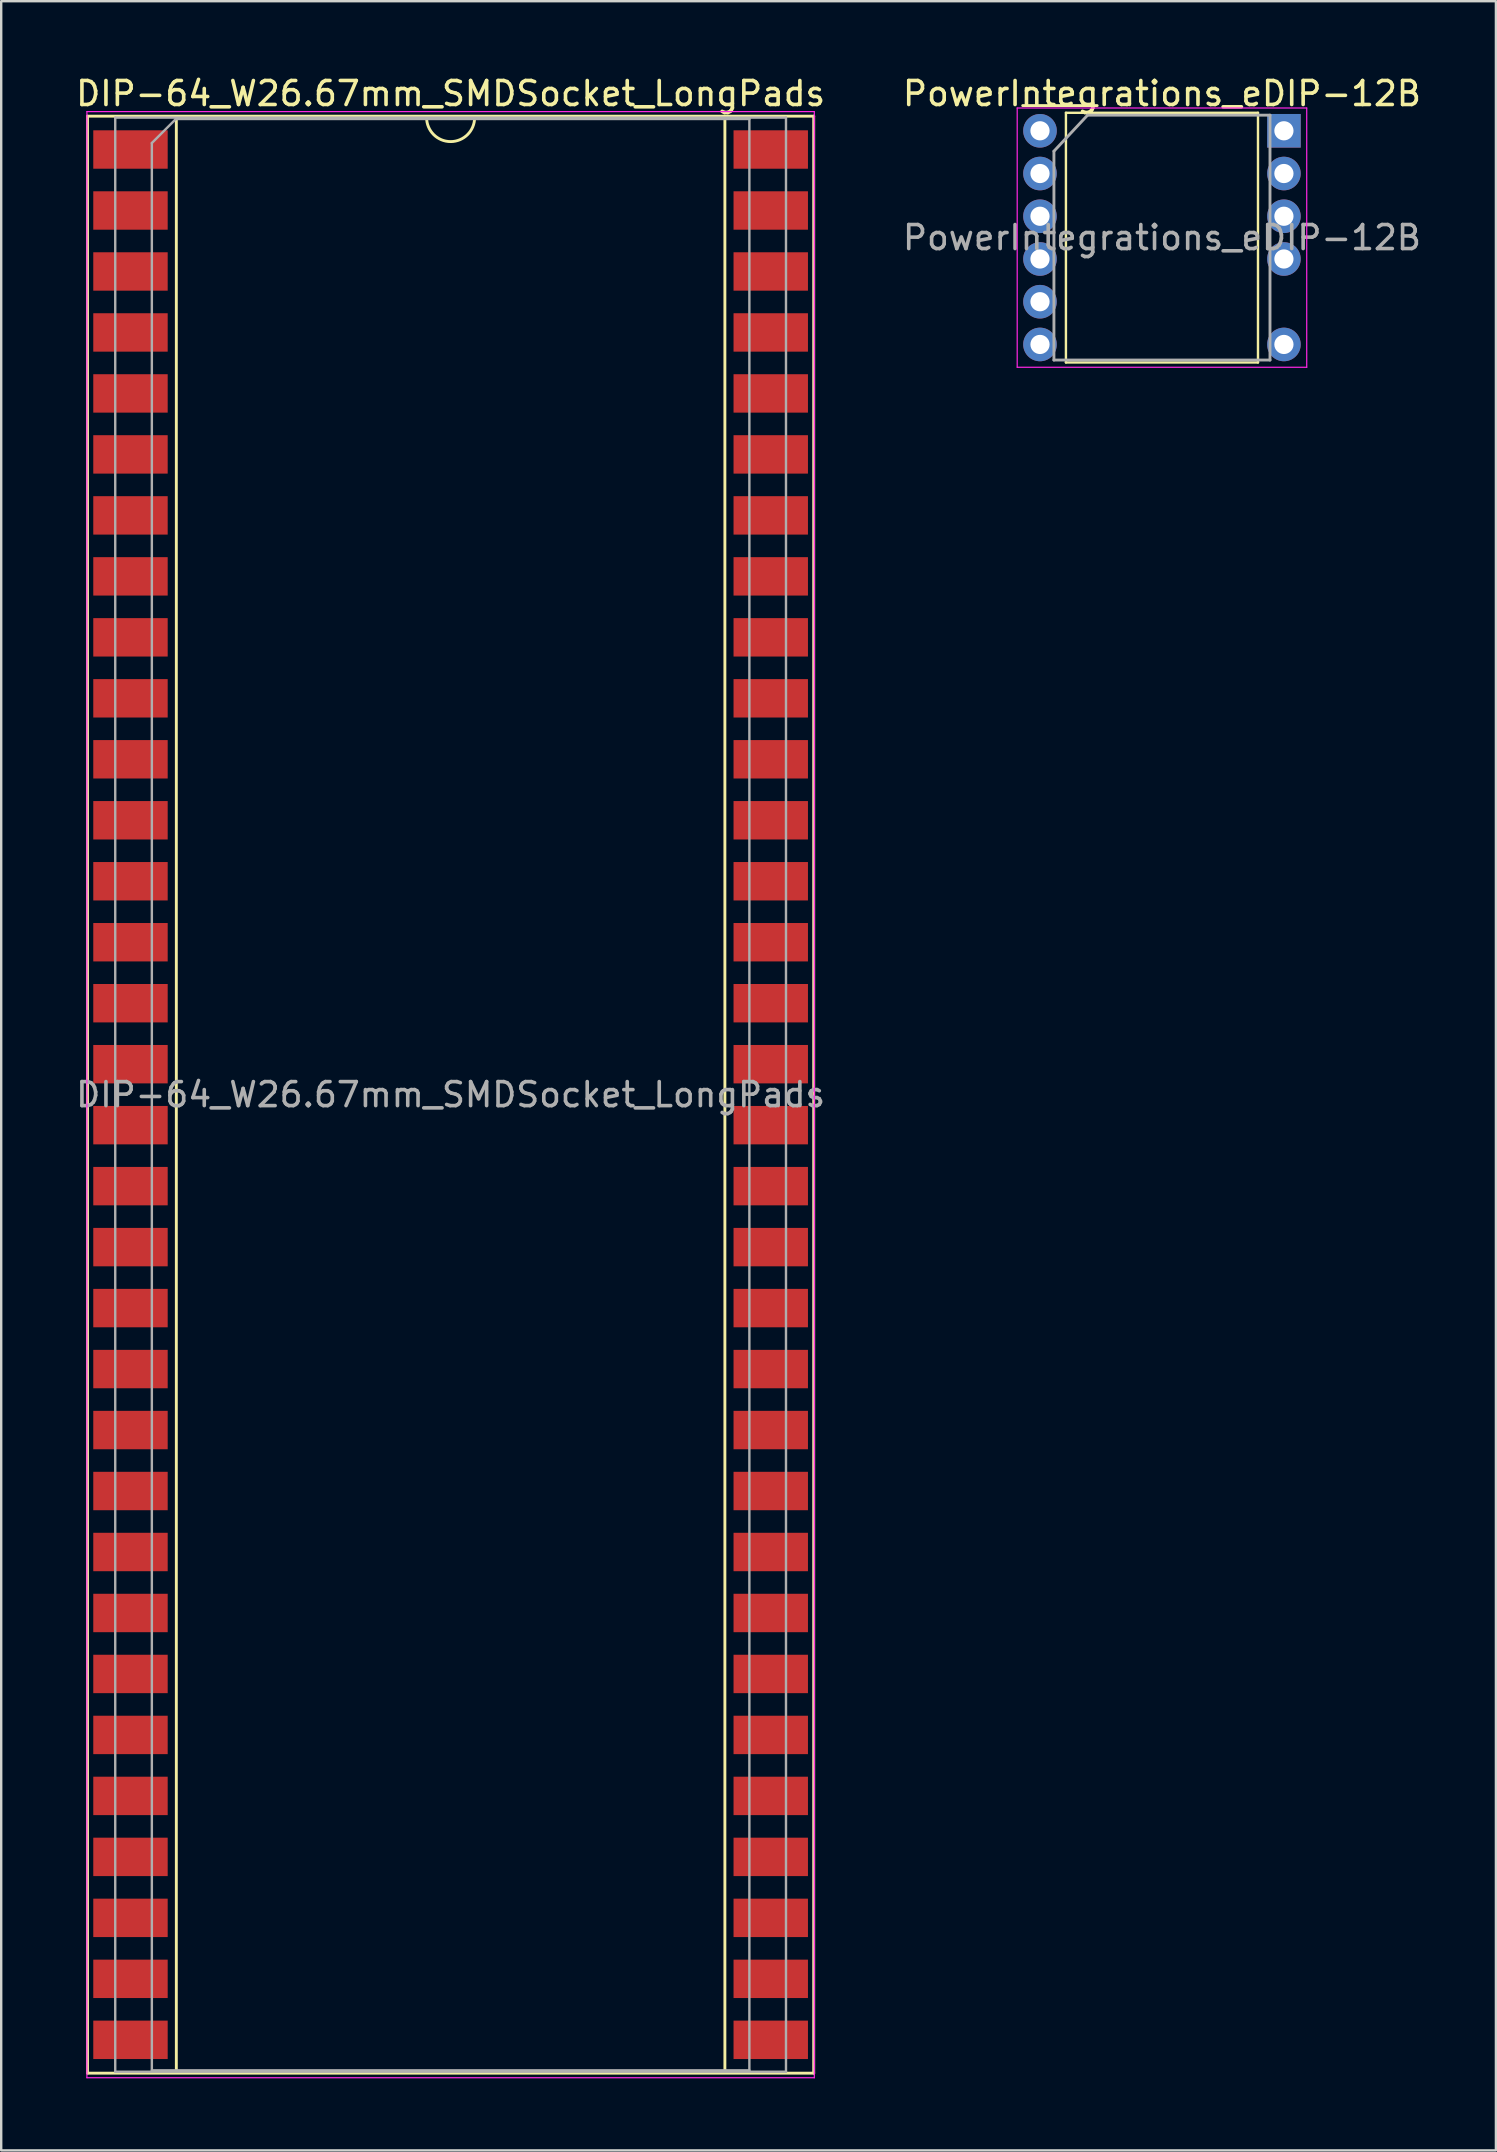
<source format=kicad_pcb>
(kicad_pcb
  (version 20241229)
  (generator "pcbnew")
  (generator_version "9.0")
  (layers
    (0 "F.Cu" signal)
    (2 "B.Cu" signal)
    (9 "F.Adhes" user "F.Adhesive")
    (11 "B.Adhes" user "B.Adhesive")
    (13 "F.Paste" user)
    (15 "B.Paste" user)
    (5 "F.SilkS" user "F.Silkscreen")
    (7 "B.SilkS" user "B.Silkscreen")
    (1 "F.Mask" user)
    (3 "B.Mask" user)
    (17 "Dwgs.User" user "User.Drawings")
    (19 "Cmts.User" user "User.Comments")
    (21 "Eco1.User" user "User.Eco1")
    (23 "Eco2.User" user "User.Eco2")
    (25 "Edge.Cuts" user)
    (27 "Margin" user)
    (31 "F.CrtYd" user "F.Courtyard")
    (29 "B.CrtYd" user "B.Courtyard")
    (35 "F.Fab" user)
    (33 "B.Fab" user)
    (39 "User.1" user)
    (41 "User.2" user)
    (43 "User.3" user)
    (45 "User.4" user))
  (footprint "PowerIntegrations_eDIP-12B"
    (layer "F.Cu")
    (at 50.431 2.398)
    (property "Reference" "PowerIntegrations_eDIP-12B" (at -5.08 -1.55 0) (layer "F.SilkS") (effects (font (size 1 1) (thickness 0.15))))
    (attr through_hole)
    (fp_line (start -10.88 -1.05) (end -7.78 -1.05) (stroke (width 0.12) (type solid)) (layer "F.SilkS"))
    (fp_line (start -9.08 -0.75) (end -9.08 9.65) (stroke (width 0.1) (type solid)) (layer "F.SilkS"))
    (fp_line (start -9.08 9.65) (end -1.08 9.65) (stroke (width 0.1) (type solid)) (layer "F.SilkS"))
    (fp_line (start -1.08 -0.75) (end -9.08 -0.75) (stroke (width 0.1) (type solid)) (layer "F.SilkS"))
    (fp_line (start -1.08 9.65) (end -1.08 -0.75) (stroke (width 0.1) (type solid)) (layer "F.SilkS"))
    (fp_line (start -11.11 -0.95) (end -11.11 9.85) (stroke (width 0.05) (type solid)) (layer "F.CrtYd"))
    (fp_line (start -11.11 -0.95) (end 0.95 -0.95) (stroke (width 0.05) (type solid)) (layer "F.CrtYd"))
    (fp_line (start 0.95 9.85) (end -11.11 9.85) (stroke (width 0.05) (type solid)) (layer "F.CrtYd"))
    (fp_line (start 0.95 9.85) (end 0.95 -0.95) (stroke (width 0.05) (type solid)) (layer "F.CrtYd"))
    (fp_line (start -9.58 0.85) (end -9.58 9.55) (stroke (width 0.12) (type solid)) (layer "F.Fab"))
    (fp_line (start -9.58 9.55) (end -0.58 9.55) (stroke (width 0.12) (type solid)) (layer "F.Fab"))
    (fp_line (start -8.18 -0.65) (end -9.58 0.85) (stroke (width 0.12) (type solid)) (layer "F.Fab"))
    (fp_line (start -0.58 -0.65) (end -8.18 -0.65) (stroke (width 0.12) (type solid)) (layer "F.Fab"))
    (fp_line (start -0.58 9.55) (end -0.58 -0.65) (stroke (width 0.12) (type solid)) (layer "F.Fab"))
    (fp_text user "${REFERENCE}" (at -5.08 4.45 0) (layer "F.Fab") (effects (font (size 1 1) (thickness 0.15))))
    (pad "1" thru_hole rect (at 0 0) (size 1.4 1.4) (drill 0.8) (layers "*.Cu" "*.Mask"))
    (pad "2" thru_hole oval (at 0 1.78) (size 1.4 1.4) (drill 0.8) (layers "*.Cu" "*.Mask"))
    (pad "3" thru_hole oval (at 0 3.56) (size 1.4 1.4) (drill 0.8) (layers "*.Cu" "*.Mask"))
    (pad "4" thru_hole oval (at 0 5.34) (size 1.4 1.4) (drill 0.8) (layers "*.Cu" "*.Mask"))
    (pad "6" thru_hole oval (at 0 8.9) (size 1.4 1.4) (drill 0.8) (layers "*.Cu" "*.Mask"))
    (pad "7" thru_hole oval (at -10.16 8.9) (size 1.4 1.4) (drill 0.8) (layers "*.Cu" "*.Mask"))
    (pad "8" thru_hole oval (at -10.16 7.12) (size 1.4 1.4) (drill 0.8) (layers "*.Cu" "*.Mask"))
    (pad "9" thru_hole oval (at -10.16 5.34) (size 1.4 1.4) (drill 0.8) (layers "*.Cu" "*.Mask"))
    (pad "10" thru_hole oval (at -10.16 3.56) (size 1.4 1.4) (drill 0.8) (layers "*.Cu" "*.Mask"))
    (pad "11" thru_hole oval (at -10.16 1.78) (size 1.4 1.4) (drill 0.8) (layers "*.Cu" "*.Mask"))
    (pad "12" thru_hole circle (at -10.16 0) (size 1.4 1.4) (drill 0.8) (layers "*.Cu" "*.Mask")))
  (footprint "DIP-64_W26.67mm_SMDSocket_LongPads"
    (layer "F.Cu")
    (at 15.72 42.548)
    (property "Reference" "DIP-64_W26.67mm_SMDSocket_LongPads" (at 0 -41.7 0) (layer "F.SilkS") (effects (font (size 1 1) (thickness 0.15))))
    (attr smd)
    (fp_line (start -15.125 -40.76) (end -15.125 40.76) (stroke (width 0.12) (type solid)) (layer "F.SilkS"))
    (fp_line (start -15.125 40.76) (end 15.125 40.76) (stroke (width 0.12) (type solid)) (layer "F.SilkS"))
    (fp_line (start -11.425 -40.7) (end -11.425 40.7) (stroke (width 0.12) (type solid)) (layer "F.SilkS"))
    (fp_line (start -11.425 40.7) (end 11.425 40.7) (stroke (width 0.12) (type solid)) (layer "F.SilkS"))
    (fp_line (start -1 -40.7) (end -11.425 -40.7) (stroke (width 0.12) (type solid)) (layer "F.SilkS"))
    (fp_line (start 11.425 -40.7) (end 1 -40.7) (stroke (width 0.12) (type solid)) (layer "F.SilkS"))
    (fp_line (start 11.425 40.7) (end 11.425 -40.7) (stroke (width 0.12) (type solid)) (layer "F.SilkS"))
    (fp_line (start 15.125 -40.76) (end -15.125 -40.76) (stroke (width 0.12) (type solid)) (layer "F.SilkS"))
    (fp_line (start 15.125 40.76) (end 15.125 -40.76) (stroke (width 0.12) (type solid)) (layer "F.SilkS"))
    (fp_arc (start 1 -40.7) (mid 0 -39.7) (end -1 -40.7) (stroke (width 0.12) (type solid)) (layer "F.SilkS"))
    (fp_line (start -15.15 -40.95) (end -15.15 40.95) (stroke (width 0.05) (type solid)) (layer "F.CrtYd"))
    (fp_line (start -15.15 40.95) (end 15.15 40.95) (stroke (width 0.05) (type solid)) (layer "F.CrtYd"))
    (fp_line (start 15.15 -40.95) (end -15.15 -40.95) (stroke (width 0.05) (type solid)) (layer "F.CrtYd"))
    (fp_line (start 15.15 40.95) (end 15.15 -40.95) (stroke (width 0.05) (type solid)) (layer "F.CrtYd"))
    (fp_line (start -13.97 -40.7) (end -13.97 40.7) (stroke (width 0.1) (type solid)) (layer "F.Fab"))
    (fp_line (start -13.97 40.7) (end 13.97 40.7) (stroke (width 0.1) (type solid)) (layer "F.Fab"))
    (fp_line (start -12.445 -39.64) (end -11.445 -40.64) (stroke (width 0.1) (type solid)) (layer "F.Fab"))
    (fp_line (start -12.445 40.64) (end -12.445 -39.64) (stroke (width 0.1) (type solid)) (layer "F.Fab"))
    (fp_line (start -11.445 -40.64) (end 12.445 -40.64) (stroke (width 0.1) (type solid)) (layer "F.Fab"))
    (fp_line (start 12.445 -40.64) (end 12.445 40.64) (stroke (width 0.1) (type solid)) (layer "F.Fab"))
    (fp_line (start 12.445 40.64) (end -12.445 40.64) (stroke (width 0.1) (type solid)) (layer "F.Fab"))
    (fp_line (start 13.97 -40.7) (end -13.97 -40.7) (stroke (width 0.1) (type solid)) (layer "F.Fab"))
    (fp_line (start 13.97 40.7) (end 13.97 -40.7) (stroke (width 0.1) (type solid)) (layer "F.Fab"))
    (fp_text user "${REFERENCE}" (at 0 0 0) (layer "F.Fab") (effects (font (size 1 1) (thickness 0.15))))
    (pad "1" smd rect (at -13.335 -39.37) (size 3.1 1.6) (layers "F.Cu" "F.Mask" "F.Paste"))
    (pad "2" smd rect (at -13.335 -36.83) (size 3.1 1.6) (layers "F.Cu" "F.Mask" "F.Paste"))
    (pad "3" smd rect (at -13.335 -34.29) (size 3.1 1.6) (layers "F.Cu" "F.Mask" "F.Paste"))
    (pad "4" smd rect (at -13.335 -31.75) (size 3.1 1.6) (layers "F.Cu" "F.Mask" "F.Paste"))
    (pad "5" smd rect (at -13.335 -29.21) (size 3.1 1.6) (layers "F.Cu" "F.Mask" "F.Paste"))
    (pad "6" smd rect (at -13.335 -26.67) (size 3.1 1.6) (layers "F.Cu" "F.Mask" "F.Paste"))
    (pad "7" smd rect (at -13.335 -24.13) (size 3.1 1.6) (layers "F.Cu" "F.Mask" "F.Paste"))
    (pad "8" smd rect (at -13.335 -21.59) (size 3.1 1.6) (layers "F.Cu" "F.Mask" "F.Paste"))
    (pad "9" smd rect (at -13.335 -19.05) (size 3.1 1.6) (layers "F.Cu" "F.Mask" "F.Paste"))
    (pad "10" smd rect (at -13.335 -16.51) (size 3.1 1.6) (layers "F.Cu" "F.Mask" "F.Paste"))
    (pad "11" smd rect (at -13.335 -13.97) (size 3.1 1.6) (layers "F.Cu" "F.Mask" "F.Paste"))
    (pad "12" smd rect (at -13.335 -11.43) (size 3.1 1.6) (layers "F.Cu" "F.Mask" "F.Paste"))
    (pad "13" smd rect (at -13.335 -8.89) (size 3.1 1.6) (layers "F.Cu" "F.Mask" "F.Paste"))
    (pad "14" smd rect (at -13.335 -6.35) (size 3.1 1.6) (layers "F.Cu" "F.Mask" "F.Paste"))
    (pad "15" smd rect (at -13.335 -3.81) (size 3.1 1.6) (layers "F.Cu" "F.Mask" "F.Paste"))
    (pad "16" smd rect (at -13.335 -1.27) (size 3.1 1.6) (layers "F.Cu" "F.Mask" "F.Paste"))
    (pad "17" smd rect (at -13.335 1.27) (size 3.1 1.6) (layers "F.Cu" "F.Mask" "F.Paste"))
    (pad "18" smd rect (at -13.335 3.81) (size 3.1 1.6) (layers "F.Cu" "F.Mask" "F.Paste"))
    (pad "19" smd rect (at -13.335 6.35) (size 3.1 1.6) (layers "F.Cu" "F.Mask" "F.Paste"))
    (pad "20" smd rect (at -13.335 8.89) (size 3.1 1.6) (layers "F.Cu" "F.Mask" "F.Paste"))
    (pad "21" smd rect (at -13.335 11.43) (size 3.1 1.6) (layers "F.Cu" "F.Mask" "F.Paste"))
    (pad "22" smd rect (at -13.335 13.97) (size 3.1 1.6) (layers "F.Cu" "F.Mask" "F.Paste"))
    (pad "23" smd rect (at -13.335 16.51) (size 3.1 1.6) (layers "F.Cu" "F.Mask" "F.Paste"))
    (pad "24" smd rect (at -13.335 19.05) (size 3.1 1.6) (layers "F.Cu" "F.Mask" "F.Paste"))
    (pad "25" smd rect (at -13.335 21.59) (size 3.1 1.6) (layers "F.Cu" "F.Mask" "F.Paste"))
    (pad "26" smd rect (at -13.335 24.13) (size 3.1 1.6) (layers "F.Cu" "F.Mask" "F.Paste"))
    (pad "27" smd rect (at -13.335 26.67) (size 3.1 1.6) (layers "F.Cu" "F.Mask" "F.Paste"))
    (pad "28" smd rect (at -13.335 29.21) (size 3.1 1.6) (layers "F.Cu" "F.Mask" "F.Paste"))
    (pad "29" smd rect (at -13.335 31.75) (size 3.1 1.6) (layers "F.Cu" "F.Mask" "F.Paste"))
    (pad "30" smd rect (at -13.335 34.29) (size 3.1 1.6) (layers "F.Cu" "F.Mask" "F.Paste"))
    (pad "31" smd rect (at -13.335 36.83) (size 3.1 1.6) (layers "F.Cu" "F.Mask" "F.Paste"))
    (pad "32" smd rect (at -13.335 39.37) (size 3.1 1.6) (layers "F.Cu" "F.Mask" "F.Paste"))
    (pad "33" smd rect (at 13.335 39.37) (size 3.1 1.6) (layers "F.Cu" "F.Mask" "F.Paste"))
    (pad "34" smd rect (at 13.335 36.83) (size 3.1 1.6) (layers "F.Cu" "F.Mask" "F.Paste"))
    (pad "35" smd rect (at 13.335 34.29) (size 3.1 1.6) (layers "F.Cu" "F.Mask" "F.Paste"))
    (pad "36" smd rect (at 13.335 31.75) (size 3.1 1.6) (layers "F.Cu" "F.Mask" "F.Paste"))
    (pad "37" smd rect (at 13.335 29.21) (size 3.1 1.6) (layers "F.Cu" "F.Mask" "F.Paste"))
    (pad "38" smd rect (at 13.335 26.67) (size 3.1 1.6) (layers "F.Cu" "F.Mask" "F.Paste"))
    (pad "39" smd rect (at 13.335 24.13) (size 3.1 1.6) (layers "F.Cu" "F.Mask" "F.Paste"))
    (pad "40" smd rect (at 13.335 21.59) (size 3.1 1.6) (layers "F.Cu" "F.Mask" "F.Paste"))
    (pad "41" smd rect (at 13.335 19.05) (size 3.1 1.6) (layers "F.Cu" "F.Mask" "F.Paste"))
    (pad "42" smd rect (at 13.335 16.51) (size 3.1 1.6) (layers "F.Cu" "F.Mask" "F.Paste"))
    (pad "43" smd rect (at 13.335 13.97) (size 3.1 1.6) (layers "F.Cu" "F.Mask" "F.Paste"))
    (pad "44" smd rect (at 13.335 11.43) (size 3.1 1.6) (layers "F.Cu" "F.Mask" "F.Paste"))
    (pad "45" smd rect (at 13.335 8.89) (size 3.1 1.6) (layers "F.Cu" "F.Mask" "F.Paste"))
    (pad "46" smd rect (at 13.335 6.35) (size 3.1 1.6) (layers "F.Cu" "F.Mask" "F.Paste"))
    (pad "47" smd rect (at 13.335 3.81) (size 3.1 1.6) (layers "F.Cu" "F.Mask" "F.Paste"))
    (pad "48" smd rect (at 13.335 1.27) (size 3.1 1.6) (layers "F.Cu" "F.Mask" "F.Paste"))
    (pad "49" smd rect (at 13.335 -1.27) (size 3.1 1.6) (layers "F.Cu" "F.Mask" "F.Paste"))
    (pad "50" smd rect (at 13.335 -3.81) (size 3.1 1.6) (layers "F.Cu" "F.Mask" "F.Paste"))
    (pad "51" smd rect (at 13.335 -6.35) (size 3.1 1.6) (layers "F.Cu" "F.Mask" "F.Paste"))
    (pad "52" smd rect (at 13.335 -8.89) (size 3.1 1.6) (layers "F.Cu" "F.Mask" "F.Paste"))
    (pad "53" smd rect (at 13.335 -11.43) (size 3.1 1.6) (layers "F.Cu" "F.Mask" "F.Paste"))
    (pad "54" smd rect (at 13.335 -13.97) (size 3.1 1.6) (layers "F.Cu" "F.Mask" "F.Paste"))
    (pad "55" smd rect (at 13.335 -16.51) (size 3.1 1.6) (layers "F.Cu" "F.Mask" "F.Paste"))
    (pad "56" smd rect (at 13.335 -19.05) (size 3.1 1.6) (layers "F.Cu" "F.Mask" "F.Paste"))
    (pad "57" smd rect (at 13.335 -21.59) (size 3.1 1.6) (layers "F.Cu" "F.Mask" "F.Paste"))
    (pad "58" smd rect (at 13.335 -24.13) (size 3.1 1.6) (layers "F.Cu" "F.Mask" "F.Paste"))
    (pad "59" smd rect (at 13.335 -26.67) (size 3.1 1.6) (layers "F.Cu" "F.Mask" "F.Paste"))
    (pad "60" smd rect (at 13.335 -29.21) (size 3.1 1.6) (layers "F.Cu" "F.Mask" "F.Paste"))
    (pad "61" smd rect (at 13.335 -31.75) (size 3.1 1.6) (layers "F.Cu" "F.Mask" "F.Paste"))
    (pad "62" smd rect (at 13.335 -34.29) (size 3.1 1.6) (layers "F.Cu" "F.Mask" "F.Paste"))
    (pad "63" smd rect (at 13.335 -36.83) (size 3.1 1.6) (layers "F.Cu" "F.Mask" "F.Paste"))
    (pad "64" smd rect (at 13.335 -39.37) (size 3.1 1.6) (layers "F.Cu" "F.Mask" "F.Paste")))
  (gr_rect
    (start -3 -3)
    (end 59.262 86.523)
    (stroke (width 0.1) (type default))
    (fill no)
    (layer "Edge.Cuts")))
</source>
